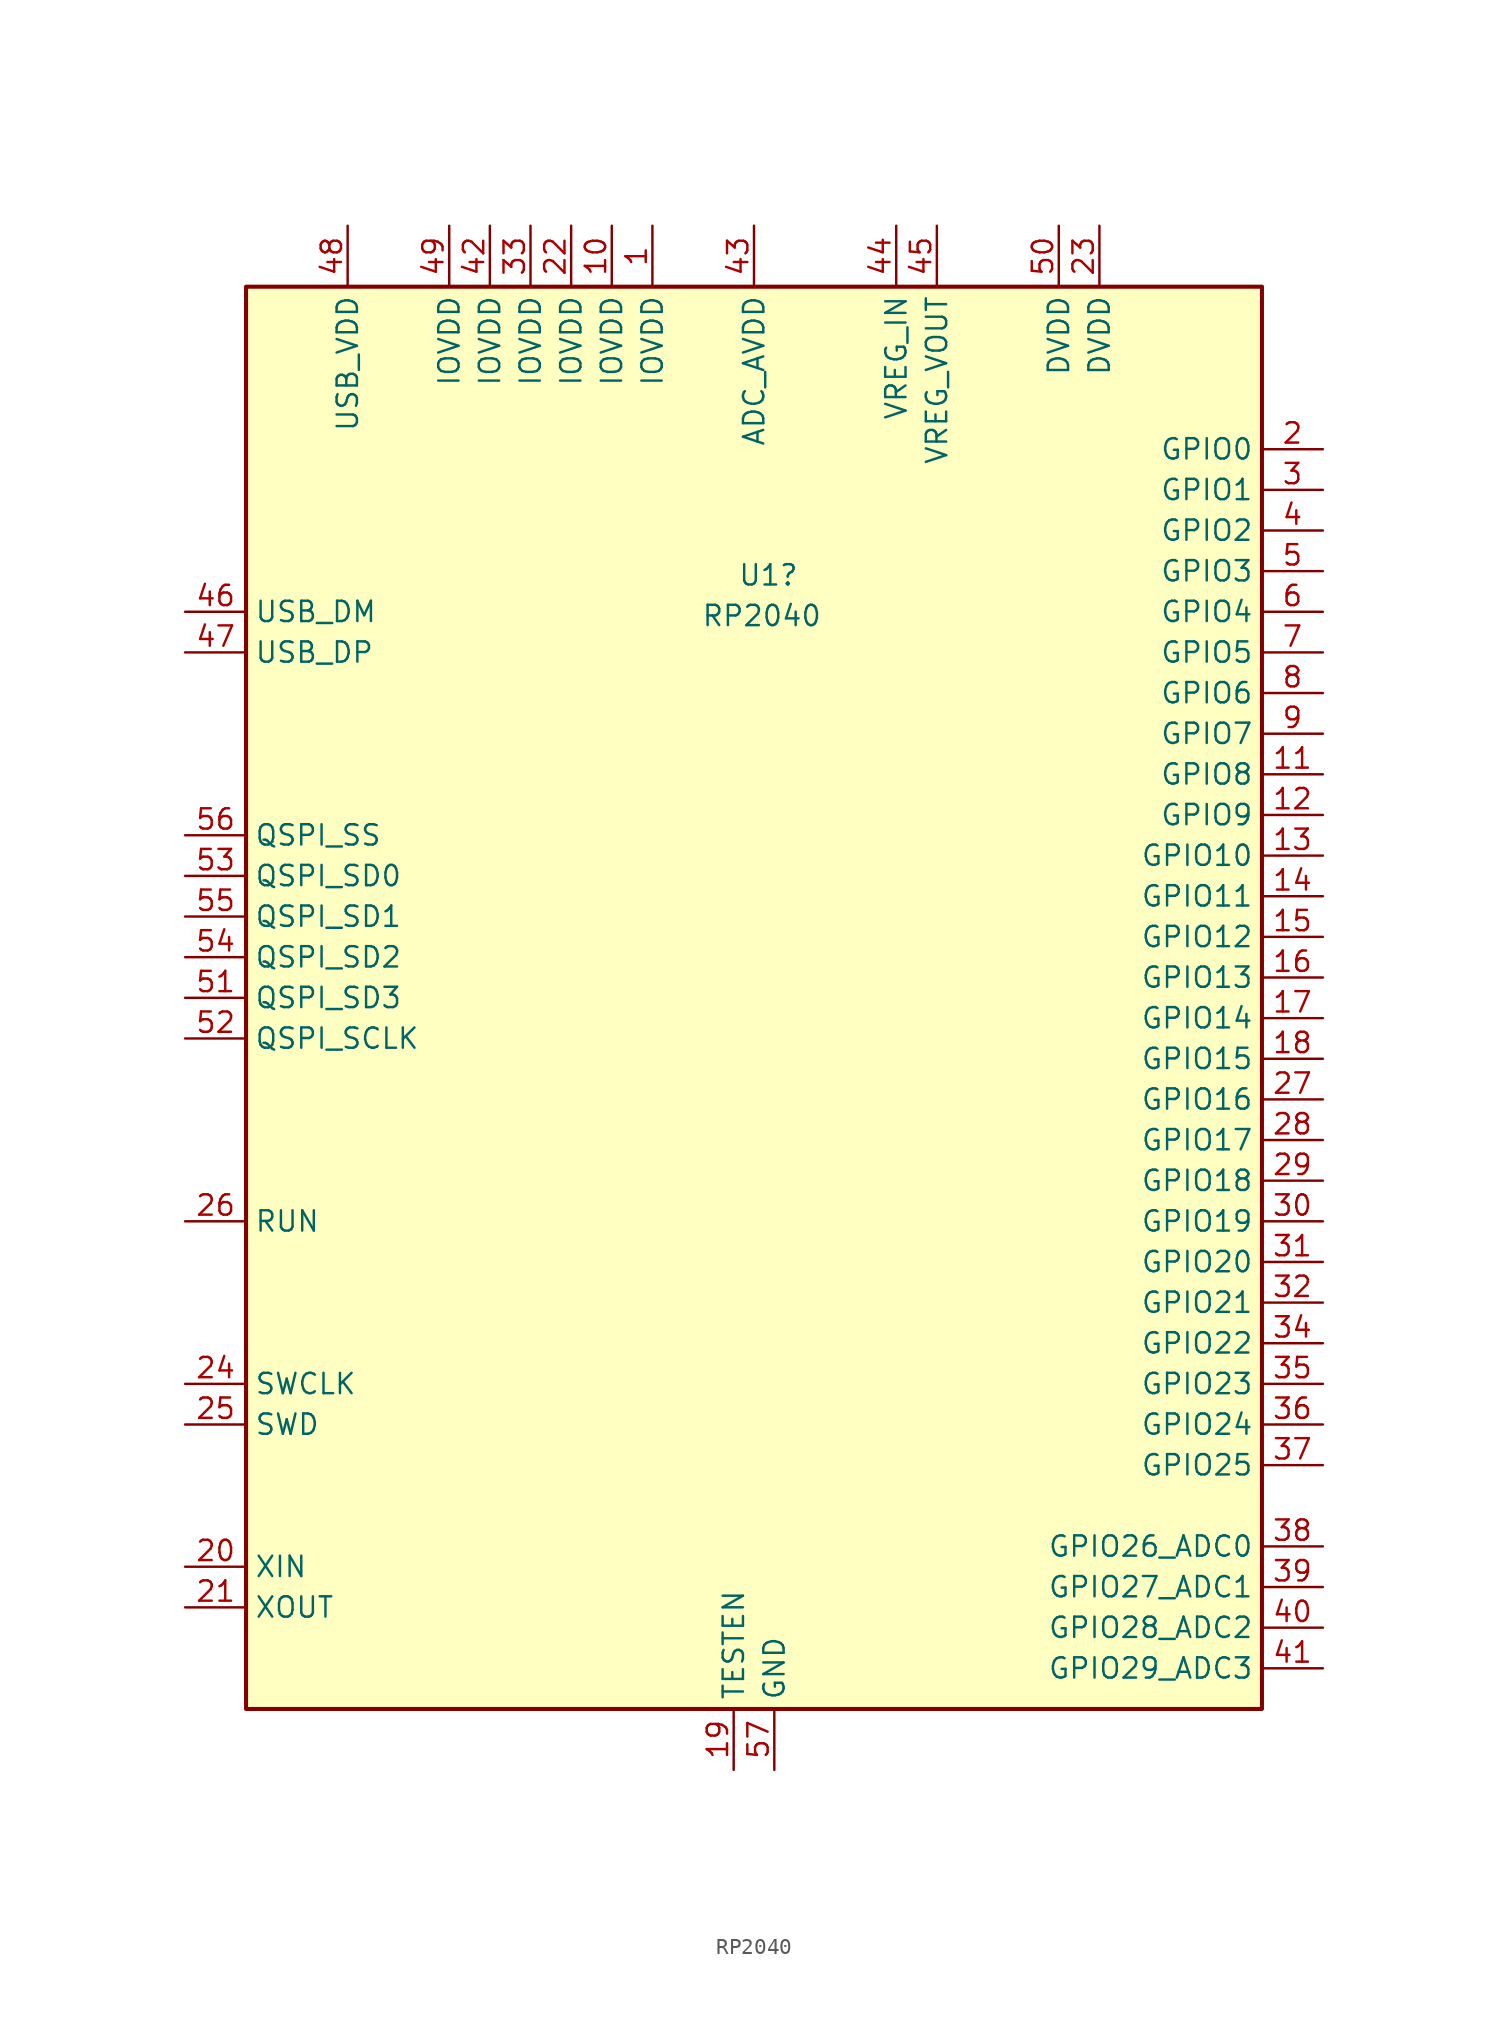
<source format=kicad_sym>
(kicad_symbol_lib
  (version 20241209)
  (generator "kicad_symbol_editor")
  (generator_version "9.0")
  (symbol "RP2040"
    (property "Reference" "U1"
      (at -1.016 32.766 0)
      (effects (font (size 1.27 1.27)) (justify left)))
    (property "Value" "RP2040"
      (at -3.302 30.226 0)
      (effects (font (size 1.27 1.27)) (justify left)))
    (symbol "RP2040_0_1"
      (rectangle (start -31.75 50.8) (end 31.75 -38.1) (stroke (width 0.254) (type default)) (fill (type background))))
    (symbol "RP2040_1_1"
      (pin bidirectional line (at -35.56 30.48 0) (length 3.81) (name "USB_DM" (effects (font (size 1.27 1.27)))) (number "46" (effects (font (size 1.27 1.27)))))
      (pin bidirectional line (at -35.56 27.94 0) (length 3.81) (name "USB_DP" (effects (font (size 1.27 1.27)))) (number "47" (effects (font (size 1.27 1.27)))))
      (pin bidirectional line (at -35.56 16.51 0) (length 3.81) (name "QSPI_SS" (effects (font (size 1.27 1.27)))) (number "56" (effects (font (size 1.27 1.27)))))
      (pin bidirectional line (at -35.56 13.97 0) (length 3.81) (name "QSPI_SD0" (effects (font (size 1.27 1.27)))) (number "53" (effects (font (size 1.27 1.27)))))
      (pin bidirectional line (at -35.56 11.43 0) (length 3.81) (name "QSPI_SD1" (effects (font (size 1.27 1.27)))) (number "55" (effects (font (size 1.27 1.27)))))
      (pin bidirectional line (at -35.56 8.89 0) (length 3.81) (name "QSPI_SD2" (effects (font (size 1.27 1.27)))) (number "54" (effects (font (size 1.27 1.27)))))
      (pin bidirectional line (at -35.56 6.35 0) (length 3.81) (name "QSPI_SD3" (effects (font (size 1.27 1.27)))) (number "51" (effects (font (size 1.27 1.27)))))
      (pin output line (at -35.56 3.81 0) (length 3.81) (name "QSPI_SCLK" (effects (font (size 1.27 1.27)))) (number "52" (effects (font (size 1.27 1.27)))))
      (pin input line (at -35.56 -7.62 0) (length 3.81) (name "RUN" (effects (font (size 1.27 1.27)))) (number "26" (effects (font (size 1.27 1.27)))))
      (pin input line (at -35.56 -17.78 0) (length 3.81) (name "SWCLK" (effects (font (size 1.27 1.27)))) (number "24" (effects (font (size 1.27 1.27)))))
      (pin bidirectional line (at -35.56 -20.32 0) (length 3.81) (name "SWD" (effects (font (size 1.27 1.27)))) (number "25" (effects (font (size 1.27 1.27)))))
      (pin input line (at -35.56 -29.21 0) (length 3.81) (name "XIN" (effects (font (size 1.27 1.27)))) (number "20" (effects (font (size 1.27 1.27)))))
      (pin passive line (at -35.56 -31.75 0) (length 3.81) (name "XOUT" (effects (font (size 1.27 1.27)))) (number "21" (effects (font (size 1.27 1.27)))))
      (pin power_in line (at -25.4 54.61 270) (length 3.81) (name "USB_VDD" (effects (font (size 1.27 1.27)))) (number "48" (effects (font (size 1.27 1.27)))))
      (pin passive line (at -19.05 54.61 270) (length 3.81) (name "IOVDD" (effects (font (size 1.27 1.27)))) (number "49" (effects (font (size 1.27 1.27)))))
      (pin passive line (at -16.51 54.61 270) (length 3.81) (name "IOVDD" (effects (font (size 1.27 1.27)))) (number "42" (effects (font (size 1.27 1.27)))))
      (pin passive line (at -13.97 54.61 270) (length 3.81) (name "IOVDD" (effects (font (size 1.27 1.27)))) (number "33" (effects (font (size 1.27 1.27)))))
      (pin passive line (at -11.43 54.61 270) (length 3.81) (name "IOVDD" (effects (font (size 1.27 1.27)))) (number "22" (effects (font (size 1.27 1.27)))))
      (pin passive line (at -8.89 54.61 270) (length 3.81) (name "IOVDD" (effects (font (size 1.27 1.27)))) (number "10" (effects (font (size 1.27 1.27)))))
      (pin power_in line (at -6.35 54.61 270) (length 3.81) (name "IOVDD" (effects (font (size 1.27 1.27)))) (number "1" (effects (font (size 1.27 1.27)))))
      (pin input line (at -1.27 -41.91 90) (length 3.81) (name "TESTEN" (effects (font (size 1.27 1.27)))) (number "19" (effects (font (size 1.27 1.27)))))
      (pin power_in line (at 0 54.61 270) (length 3.81) (name "ADC_AVDD" (effects (font (size 1.27 1.27)))) (number "43" (effects (font (size 1.27 1.27)))))
      (pin power_in line (at 1.27 -41.91 90) (length 3.81) (name "GND" (effects (font (size 1.27 1.27)))) (number "57" (effects (font (size 1.27 1.27)))))
      (pin power_in line (at 8.89 54.61 270) (length 3.81) (name "VREG_IN" (effects (font (size 1.27 1.27)))) (number "44" (effects (font (size 1.27 1.27)))))
      (pin power_out line (at 11.43 54.61 270) (length 3.81) (name "VREG_VOUT" (effects (font (size 1.27 1.27)))) (number "45" (effects (font (size 1.27 1.27)))))
      (pin passive line (at 19.05 54.61 270) (length 3.81) (name "DVDD" (effects (font (size 1.27 1.27)))) (number "50" (effects (font (size 1.27 1.27)))))
      (pin power_in line (at 21.59 54.61 270) (length 3.81) (name "DVDD" (effects (font (size 1.27 1.27)))) (number "23" (effects (font (size 1.27 1.27)))))
      (pin bidirectional line (at 35.56 40.64 180) (length 3.81) (name "GPIO0" (effects (font (size 1.27 1.27)))) (number "2" (effects (font (size 1.27 1.27)))))
      (pin bidirectional line (at 35.56 38.1 180) (length 3.81) (name "GPIO1" (effects (font (size 1.27 1.27)))) (number "3" (effects (font (size 1.27 1.27)))))
      (pin bidirectional line (at 35.56 35.56 180) (length 3.81) (name "GPIO2" (effects (font (size 1.27 1.27)))) (number "4" (effects (font (size 1.27 1.27)))))
      (pin bidirectional line (at 35.56 33.02 180) (length 3.81) (name "GPIO3" (effects (font (size 1.27 1.27)))) (number "5" (effects (font (size 1.27 1.27)))))
      (pin bidirectional line (at 35.56 30.48 180) (length 3.81) (name "GPIO4" (effects (font (size 1.27 1.27)))) (number "6" (effects (font (size 1.27 1.27)))))
      (pin bidirectional line (at 35.56 27.94 180) (length 3.81) (name "GPIO5" (effects (font (size 1.27 1.27)))) (number "7" (effects (font (size 1.27 1.27)))))
      (pin bidirectional line (at 35.56 25.4 180) (length 3.81) (name "GPIO6" (effects (font (size 1.27 1.27)))) (number "8" (effects (font (size 1.27 1.27)))))
      (pin bidirectional line (at 35.56 22.86 180) (length 3.81) (name "GPIO7" (effects (font (size 1.27 1.27)))) (number "9" (effects (font (size 1.27 1.27)))))
      (pin bidirectional line (at 35.56 20.32 180) (length 3.81) (name "GPIO8" (effects (font (size 1.27 1.27)))) (number "11" (effects (font (size 1.27 1.27)))))
      (pin bidirectional line (at 35.56 17.78 180) (length 3.81) (name "GPIO9" (effects (font (size 1.27 1.27)))) (number "12" (effects (font (size 1.27 1.27)))))
      (pin bidirectional line (at 35.56 15.24 180) (length 3.81) (name "GPIO10" (effects (font (size 1.27 1.27)))) (number "13" (effects (font (size 1.27 1.27)))))
      (pin bidirectional line (at 35.56 12.7 180) (length 3.81) (name "GPIO11" (effects (font (size 1.27 1.27)))) (number "14" (effects (font (size 1.27 1.27)))))
      (pin bidirectional line (at 35.56 10.16 180) (length 3.81) (name "GPIO12" (effects (font (size 1.27 1.27)))) (number "15" (effects (font (size 1.27 1.27)))))
      (pin bidirectional line (at 35.56 7.62 180) (length 3.81) (name "GPIO13" (effects (font (size 1.27 1.27)))) (number "16" (effects (font (size 1.27 1.27)))))
      (pin bidirectional line (at 35.56 5.08 180) (length 3.81) (name "GPIO14" (effects (font (size 1.27 1.27)))) (number "17" (effects (font (size 1.27 1.27)))))
      (pin bidirectional line (at 35.56 2.54 180) (length 3.81) (name "GPIO15" (effects (font (size 1.27 1.27)))) (number "18" (effects (font (size 1.27 1.27)))))
      (pin bidirectional line (at 35.56 0 180) (length 3.81) (name "GPIO16" (effects (font (size 1.27 1.27)))) (number "27" (effects (font (size 1.27 1.27)))))
      (pin bidirectional line (at 35.56 -2.54 180) (length 3.81) (name "GPIO17" (effects (font (size 1.27 1.27)))) (number "28" (effects (font (size 1.27 1.27)))))
      (pin bidirectional line (at 35.56 -5.08 180) (length 3.81) (name "GPIO18" (effects (font (size 1.27 1.27)))) (number "29" (effects (font (size 1.27 1.27)))))
      (pin bidirectional line (at 35.56 -7.62 180) (length 3.81) (name "GPIO19" (effects (font (size 1.27 1.27)))) (number "30" (effects (font (size 1.27 1.27)))))
      (pin bidirectional line (at 35.56 -10.16 180) (length 3.81) (name "GPIO20" (effects (font (size 1.27 1.27)))) (number "31" (effects (font (size 1.27 1.27)))))
      (pin bidirectional line (at 35.56 -12.7 180) (length 3.81) (name "GPIO21" (effects (font (size 1.27 1.27)))) (number "32" (effects (font (size 1.27 1.27)))))
      (pin bidirectional line (at 35.56 -15.24 180) (length 3.81) (name "GPIO22" (effects (font (size 1.27 1.27)))) (number "34" (effects (font (size 1.27 1.27)))))
      (pin bidirectional line (at 35.56 -17.78 180) (length 3.81) (name "GPIO23" (effects (font (size 1.27 1.27)))) (number "35" (effects (font (size 1.27 1.27)))))
      (pin bidirectional line (at 35.56 -20.32 180) (length 3.81) (name "GPIO24" (effects (font (size 1.27 1.27)))) (number "36" (effects (font (size 1.27 1.27)))))
      (pin bidirectional line (at 35.56 -22.86 180) (length 3.81) (name "GPIO25" (effects (font (size 1.27 1.27)))) (number "37" (effects (font (size 1.27 1.27)))))
      (pin bidirectional line (at 35.56 -27.94 180) (length 3.81) (name "GPIO26_ADC0" (effects (font (size 1.27 1.27)))) (number "38" (effects (font (size 1.27 1.27)))))
      (pin bidirectional line (at 35.56 -30.48 180) (length 3.81) (name "GPIO27_ADC1" (effects (font (size 1.27 1.27)))) (number "39" (effects (font (size 1.27 1.27)))))
      (pin bidirectional line (at 35.56 -33.02 180) (length 3.81) (name "GPIO28_ADC2" (effects (font (size 1.27 1.27)))) (number "40" (effects (font (size 1.27 1.27)))))
      (pin bidirectional line (at 35.56 -35.56 180) (length 3.81) (name "GPIO29_ADC3" (effects (font (size 1.27 1.27)))) (number "41" (effects (font (size 1.27 1.27))))))))
</source>
